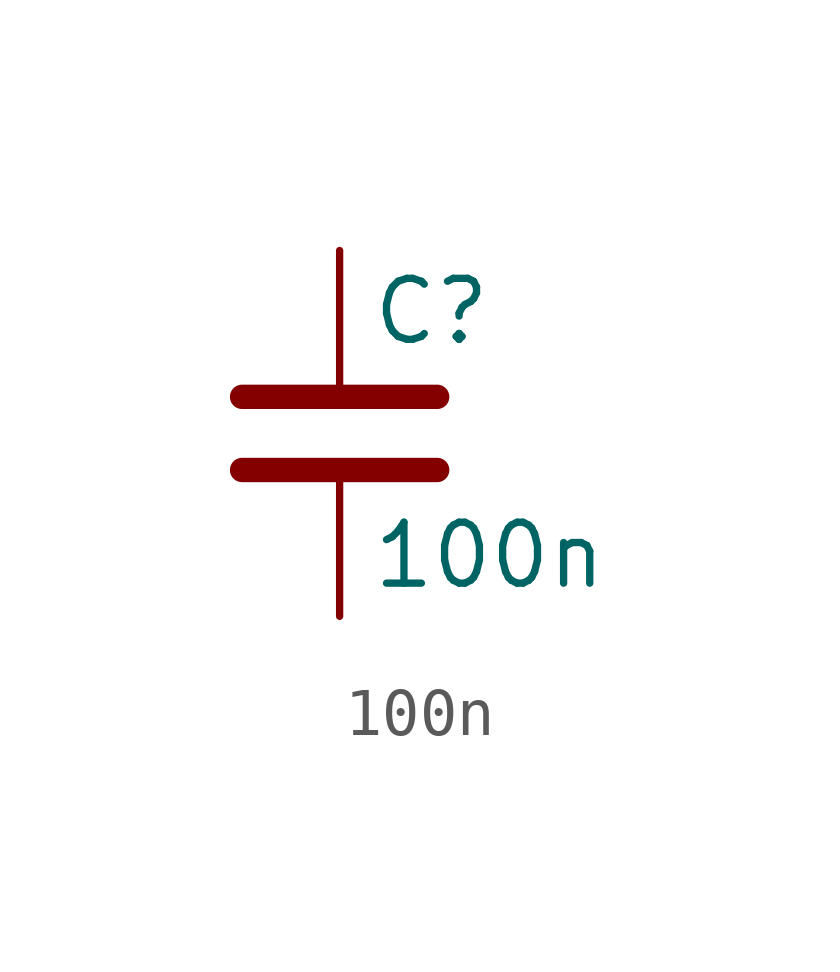
<source format=kicad_sym>
(kicad_symbol_lib
  (version 20220914)
  (generator kicad_symbol_editor)
  (symbol "100n"
    (pin_numbers hide)
    (pin_names
      (offset 0.254))
    (property "Reference" "C"
      (at 0.635 2.54 0)
      (effects (font (size 1.27 1.27)) (justify left)))
    (property "Value" "100n"
      (at 0.635 -2.54 0)
      (effects (font (size 1.27 1.27)) (justify left)))
    (symbol "100n_0_1"
      (polyline (pts (xy -2.032 -0.762) (xy 2.032 -0.762)) (stroke (width 0.508) (type default)) (fill (type none)))
      (polyline (pts (xy -2.032 0.762) (xy 2.032 0.762)) (stroke (width 0.508) (type default)) (fill (type none))))
    (symbol "100n_1_1"
      (pin passive line (at 0 3.81 270) (length 2.794) (name "~" (effects (font (size 1.27 1.27)))) (number "1" (effects (font (size 1.27 1.27)))))
      (pin passive line (at 0 -3.81 90) (length 2.794) (name "~" (effects (font (size 1.27 1.27)))) (number "2" (effects (font (size 1.27 1.27))))))))
</source>
